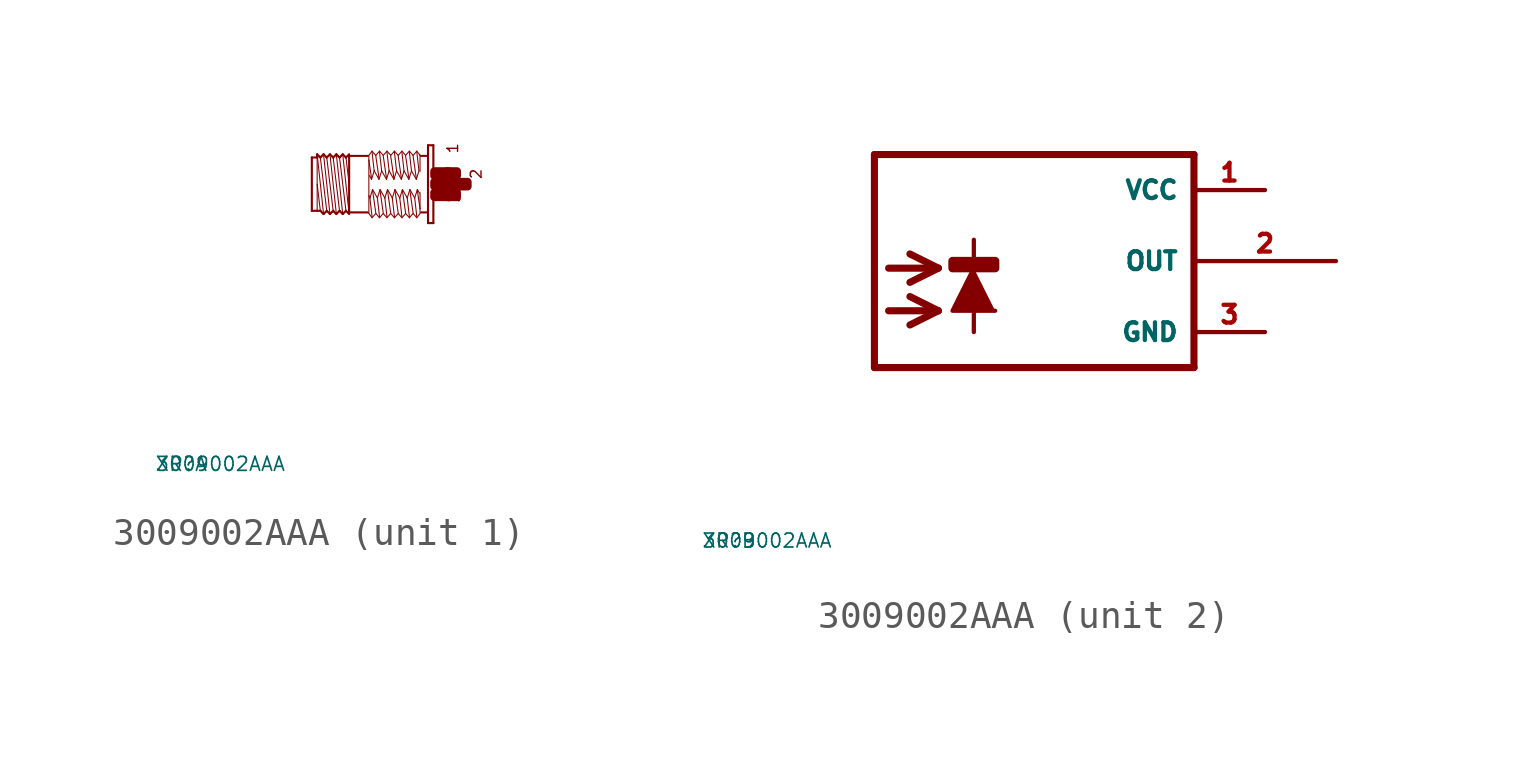
<source format=kicad_sym>
(kicad_symbol_lib
  (version 20220914)
  (generator Eagle2Kicad)
  (symbol "3009002AAA"
    (property "Reference" "XR"
      (at -10 -10 0)
      (effects (font (size 0.5 0.5) (thickness 0.06)) (justify left)))
    (property "Value" "3009002AAA"
      (at -10 -10 0)
      (effects (font (size 0.5 0.5) (thickness 0.06)) (justify left)))
    (symbol "3009002AAA_1_0"
      (polyline (pts (xy -3.048 -1.067) (xy -3.277 1.067)) (stroke (width 0.038) (type default)) (fill (type none)))
      (polyline (pts (xy -3.162 0.953) (xy -3.048 0)) (stroke (width 0.038) (type default)) (fill (type none)))
      (polyline (pts (xy -3.162 -0.953) (xy -3.391 0.953)) (stroke (width 0.038) (type default)) (fill (type none)))
      (polyline (pts (xy -3.277 -1.067) (xy -3.505 1.067)) (stroke (width 0.038) (type default)) (fill (type none)))
      (polyline (pts (xy -3.391 -0.953) (xy -3.619 0.953)) (stroke (width 0.038) (type default)) (fill (type none)))
      (polyline (pts (xy -3.505 -1.067) (xy -3.734 1.067)) (stroke (width 0.038) (type default)) (fill (type none)))
      (polyline (pts (xy -3.619 -0.953) (xy -3.848 0.953)) (stroke (width 0.038) (type default)) (fill (type none)))
      (polyline (pts (xy -3.734 -1.067) (xy -3.962 1.067)) (stroke (width 0.038) (type default)) (fill (type none)))
      (polyline (pts (xy -3.848 -0.953) (xy -4.077 0.953)) (stroke (width 0.038) (type default)) (fill (type none)))
      (polyline (pts (xy -3.962 -1.067) (xy -4.191 1.067)) (stroke (width 0.038) (type default)) (fill (type none)))
      (polyline (pts (xy -4.191 0) (xy -4.077 -0.953)) (stroke (width 0.038) (type default)) (fill (type none)))
      (polyline (pts (xy -4.191 1.029) (xy -4.191 0.953)) (stroke (width 0.038) (type default)) (fill (type none)))
      (polyline (pts (xy -4.191 0.953) (xy -4.191 -0.953)) (stroke (width 0.038) (type default)) (fill (type none)))
      (polyline (pts (xy -4.381 -0.953) (xy -4.381 0.953)) (stroke (width 0.076) (type default)) (fill (type none)))
      (polyline (pts (xy -4.381 0.953) (xy -4.191 0.953)) (stroke (width 0.076) (type default)) (fill (type none)))
      (polyline (pts (xy -4.191 0.953) (xy -4.191 1.067)) (stroke (width 0.076) (type default)) (fill (type none)))
      (polyline (pts (xy -4.191 1.067) (xy -4.077 0.953)) (stroke (width 0.076) (type default)) (fill (type none)))
      (polyline (pts (xy -4.077 0.953) (xy -3.962 1.067)) (stroke (width 0.076) (type default)) (fill (type none)))
      (polyline (pts (xy -3.962 1.067) (xy -3.848 0.953)) (stroke (width 0.076) (type default)) (fill (type none)))
      (polyline (pts (xy -3.848 0.953) (xy -3.734 1.067)) (stroke (width 0.076) (type default)) (fill (type none)))
      (polyline (pts (xy -3.734 1.067) (xy -3.619 0.953)) (stroke (width 0.076) (type default)) (fill (type none)))
      (polyline (pts (xy -3.619 0.953) (xy -3.505 1.067)) (stroke (width 0.076) (type default)) (fill (type none)))
      (polyline (pts (xy -3.277 1.067) (xy -3.162 0.953)) (stroke (width 0.076) (type default)) (fill (type none)))
      (polyline (pts (xy -3.162 0.953) (xy -3.048 1.067)) (stroke (width 0.076) (type default)) (fill (type none)))
      (polyline (pts (xy -3.048 -1.067) (xy -3.162 -0.953)) (stroke (width 0.076) (type default)) (fill (type none)))
      (polyline (pts (xy -3.162 -0.953) (xy -3.277 -1.067)) (stroke (width 0.076) (type default)) (fill (type none)))
      (polyline (pts (xy -3.277 -1.067) (xy -3.391 -0.953)) (stroke (width 0.076) (type default)) (fill (type none)))
      (polyline (pts (xy -3.391 -0.953) (xy -3.505 -1.067)) (stroke (width 0.076) (type default)) (fill (type none)))
      (polyline (pts (xy -3.505 -1.067) (xy -3.619 -0.953)) (stroke (width 0.076) (type default)) (fill (type none)))
      (polyline (pts (xy -3.619 -0.953) (xy -3.734 -1.067)) (stroke (width 0.076) (type default)) (fill (type none)))
      (polyline (pts (xy -3.734 -1.067) (xy -3.848 -0.953)) (stroke (width 0.076) (type default)) (fill (type none)))
      (polyline (pts (xy -3.848 -0.953) (xy -3.962 -1.067)) (stroke (width 0.076) (type default)) (fill (type none)))
      (polyline (pts (xy -3.962 -1.067) (xy -4.077 -0.953)) (stroke (width 0.076) (type default)) (fill (type none)))
      (polyline (pts (xy -4.077 -0.953) (xy -4.191 -0.953)) (stroke (width 0.076) (type default)) (fill (type none)))
      (polyline (pts (xy -4.191 -0.953) (xy -4.381 -0.953)) (stroke (width 0.076) (type default)) (fill (type none)))
      (polyline (pts (xy -3.048 1.029) (xy -3.048 1.01)) (stroke (width 0.076) (type default)) (fill (type none)))
      (polyline (pts (xy -3.048 1.01) (xy -3.048 -1.01)) (stroke (width 0.076) (type default)) (fill (type none)))
      (polyline (pts (xy -3.048 -1.01) (xy -3.048 -1.029)) (stroke (width 0.076) (type default)) (fill (type none)))
      (polyline (pts (xy -0.038 1.391) (xy -0.038 -1.391)) (stroke (width 0.076) (type default)) (fill (type none)))
      (polyline (pts (xy -0.038 -1.391) (xy -0.229 -1.391)) (stroke (width 0.076) (type default)) (fill (type none)))
      (polyline (pts (xy -0.229 -1.391) (xy -0.229 1.391)) (stroke (width 0.076) (type default)) (fill (type none)))
      (polyline (pts (xy -0.229 1.391) (xy -0.038 1.391)) (stroke (width 0.076) (type default)) (fill (type none)))
      (polyline (pts (xy -0.267 1.01) (xy -0.476 1.01)) (stroke (width 0.076) (type default)) (fill (type none)))
      (polyline (pts (xy -0.267 -1.01) (xy -0.476 -1.01)) (stroke (width 0.076) (type default)) (fill (type none)))
      (polyline (pts (xy -2.381 -1.01) (xy -3.048 -1.01)) (stroke (width 0.076) (type default)) (fill (type none)))
      (polyline (pts (xy -3.048 1.01) (xy -2.381 1.01)) (stroke (width 0.076) (type default)) (fill (type none)))
      (polyline (pts (xy -0.514 -1.048) (xy -0.629 -1.2)) (stroke (width 0.038) (type default)) (fill (type none)))
      (polyline (pts (xy -0.629 -1.2) (xy -0.762 -1.048)) (stroke (width 0.038) (type default)) (fill (type none)))
      (polyline (pts (xy -0.762 -1.048) (xy -0.895 -1.2)) (stroke (width 0.038) (type default)) (fill (type none)))
      (polyline (pts (xy -0.895 -1.2) (xy -1.029 -1.048)) (stroke (width 0.038) (type default)) (fill (type none)))
      (polyline (pts (xy -1.029 -1.048) (xy -1.162 -1.2)) (stroke (width 0.038) (type default)) (fill (type none)))
      (polyline (pts (xy -1.162 -1.2) (xy -1.295 -1.048)) (stroke (width 0.038) (type default)) (fill (type none)))
      (polyline (pts (xy -1.295 -1.048) (xy -1.429 -1.2)) (stroke (width 0.038) (type default)) (fill (type none)))
      (polyline (pts (xy -1.429 -1.2) (xy -1.562 -1.048)) (stroke (width 0.038) (type default)) (fill (type none)))
      (polyline (pts (xy -1.562 -1.048) (xy -1.696 -1.2)) (stroke (width 0.038) (type default)) (fill (type none)))
      (polyline (pts (xy -1.696 -1.2) (xy -1.829 -1.048)) (stroke (width 0.038) (type default)) (fill (type none)))
      (polyline (pts (xy -1.829 -1.048) (xy -1.962 -1.2)) (stroke (width 0.038) (type default)) (fill (type none)))
      (polyline (pts (xy -1.962 -1.2) (xy -2.095 -1.048)) (stroke (width 0.038) (type default)) (fill (type none)))
      (polyline (pts (xy -2.095 -1.048) (xy -2.229 -1.2)) (stroke (width 0.038) (type default)) (fill (type none)))
      (polyline (pts (xy -2.229 -1.2) (xy -2.343 -1.048)) (stroke (width 0.038) (type default)) (fill (type none)))
      (polyline (pts (xy -2.343 -1.048) (xy -2.343 -0.419)) (stroke (width 0.038) (type default)) (fill (type none)))
      (polyline (pts (xy -2.343 -0.419) (xy -2.343 0.857)) (stroke (width 0.038) (type default)) (fill (type none)))
      (polyline (pts (xy -2.343 0.857) (xy -2.343 1.029)) (stroke (width 0.038) (type default)) (fill (type none)))
      (polyline (pts (xy -0.514 1.048) (xy -0.514 1.029)) (stroke (width 0.038) (type default)) (fill (type none)))
      (polyline (pts (xy -0.514 1.029) (xy -0.514 0.457)) (stroke (width 0.038) (type default)) (fill (type none)))
      (polyline (pts (xy -0.514 -0.305) (xy -0.514 -0.876)) (stroke (width 0.038) (type default)) (fill (type none)))
      (polyline (pts (xy -0.514 -0.876) (xy -0.514 -1.029)) (stroke (width 0.038) (type default)) (fill (type none)))
      (polyline (pts (xy -0.533 -0.324) (xy -0.61 -0.191)) (stroke (width 0.038) (type default)) (fill (type none)))
      (polyline (pts (xy -0.61 -0.191) (xy -0.705 -0.495)) (stroke (width 0.038) (type default)) (fill (type none)))
      (polyline (pts (xy -0.705 -0.495) (xy -0.876 -0.191)) (stroke (width 0.038) (type default)) (fill (type none)))
      (polyline (pts (xy -0.876 -0.191) (xy -0.972 -0.495)) (stroke (width 0.038) (type default)) (fill (type none)))
      (polyline (pts (xy -0.972 -0.495) (xy -1.143 -0.191)) (stroke (width 0.038) (type default)) (fill (type none)))
      (polyline (pts (xy -1.143 -0.191) (xy -1.238 -0.495)) (stroke (width 0.038) (type default)) (fill (type none)))
      (polyline (pts (xy -1.238 -0.495) (xy -1.41 -0.191)) (stroke (width 0.038) (type default)) (fill (type none)))
      (polyline (pts (xy -1.41 -0.191) (xy -1.505 -0.495)) (stroke (width 0.038) (type default)) (fill (type none)))
      (polyline (pts (xy -1.505 -0.495) (xy -1.676 -0.191)) (stroke (width 0.038) (type default)) (fill (type none)))
      (polyline (pts (xy -1.676 -0.191) (xy -1.772 -0.495)) (stroke (width 0.038) (type default)) (fill (type none)))
      (polyline (pts (xy -1.772 -0.495) (xy -1.943 -0.191)) (stroke (width 0.038) (type default)) (fill (type none)))
      (polyline (pts (xy -1.943 -0.191) (xy -2.038 -0.495)) (stroke (width 0.038) (type default)) (fill (type none)))
      (polyline (pts (xy -2.038 -0.495) (xy -2.21 -0.191)) (stroke (width 0.038) (type default)) (fill (type none)))
      (polyline (pts (xy -2.21 -0.191) (xy -2.305 -0.495)) (stroke (width 0.038) (type default)) (fill (type none)))
      (polyline (pts (xy -2.305 -0.495) (xy -2.343 -0.419)) (stroke (width 0.038) (type default)) (fill (type none)))
      (polyline (pts (xy -2.229 -1.162) (xy -2.305 -0.495)) (stroke (width 0.038) (type default)) (fill (type none)))
      (polyline (pts (xy -2.095 -1.029) (xy -2.21 -0.229)) (stroke (width 0.038) (type default)) (fill (type none)))
      (polyline (pts (xy -1.962 -1.162) (xy -2.038 -0.495)) (stroke (width 0.038) (type default)) (fill (type none)))
      (polyline (pts (xy -1.829 -1.029) (xy -1.943 -0.229)) (stroke (width 0.038) (type default)) (fill (type none)))
      (polyline (pts (xy -1.562 -1.029) (xy -1.676 -0.229)) (stroke (width 0.038) (type default)) (fill (type none)))
      (polyline (pts (xy -1.429 -1.162) (xy -1.505 -0.495)) (stroke (width 0.038) (type default)) (fill (type none)))
      (polyline (pts (xy -1.295 -1.029) (xy -1.41 -0.229)) (stroke (width 0.038) (type default)) (fill (type none)))
      (polyline (pts (xy -1.162 -1.162) (xy -1.238 -0.495)) (stroke (width 0.038) (type default)) (fill (type none)))
      (polyline (pts (xy -1.029 -1.029) (xy -1.143 -0.229)) (stroke (width 0.038) (type default)) (fill (type none)))
      (polyline (pts (xy -0.895 -1.162) (xy -0.972 -0.495)) (stroke (width 0.038) (type default)) (fill (type none)))
      (polyline (pts (xy -0.762 -1.029) (xy -0.876 -0.229)) (stroke (width 0.038) (type default)) (fill (type none)))
      (polyline (pts (xy -0.629 -1.162) (xy -0.705 -0.495)) (stroke (width 0.038) (type default)) (fill (type none)))
      (polyline (pts (xy -0.514 -0.876) (xy -0.61 -0.229)) (stroke (width 0.038) (type default)) (fill (type none)))
      (polyline (pts (xy -2.343 1.029) (xy -2.229 1.181)) (stroke (width 0.038) (type default)) (fill (type none)))
      (polyline (pts (xy -2.229 1.181) (xy -2.095 1.029)) (stroke (width 0.038) (type default)) (fill (type none)))
      (polyline (pts (xy -2.095 1.029) (xy -1.962 1.181)) (stroke (width 0.038) (type default)) (fill (type none)))
      (polyline (pts (xy -1.962 1.181) (xy -1.829 1.029)) (stroke (width 0.038) (type default)) (fill (type none)))
      (polyline (pts (xy -1.829 1.029) (xy -1.696 1.181)) (stroke (width 0.038) (type default)) (fill (type none)))
      (polyline (pts (xy -1.696 1.181) (xy -1.562 1.029)) (stroke (width 0.038) (type default)) (fill (type none)))
      (polyline (pts (xy -1.562 1.029) (xy -1.429 1.181)) (stroke (width 0.038) (type default)) (fill (type none)))
      (polyline (pts (xy -1.429 1.181) (xy -1.295 1.029)) (stroke (width 0.038) (type default)) (fill (type none)))
      (polyline (pts (xy -1.295 1.029) (xy -1.162 1.181)) (stroke (width 0.038) (type default)) (fill (type none)))
      (polyline (pts (xy -1.162 1.181) (xy -1.029 1.029)) (stroke (width 0.038) (type default)) (fill (type none)))
      (polyline (pts (xy -1.029 1.029) (xy -0.895 1.181)) (stroke (width 0.038) (type default)) (fill (type none)))
      (polyline (pts (xy -0.895 1.181) (xy -0.762 1.029)) (stroke (width 0.038) (type default)) (fill (type none)))
      (polyline (pts (xy -0.762 1.029) (xy -0.629 1.181)) (stroke (width 0.038) (type default)) (fill (type none)))
      (polyline (pts (xy -0.629 1.181) (xy -0.514 1.029)) (stroke (width 0.038) (type default)) (fill (type none)))
      (polyline (pts (xy -2.324 0.305) (xy -2.248 0.172)) (stroke (width 0.038) (type default)) (fill (type none)))
      (polyline (pts (xy -2.248 0.172) (xy -2.153 0.476)) (stroke (width 0.038) (type default)) (fill (type none)))
      (polyline (pts (xy -2.153 0.476) (xy -1.981 0.172)) (stroke (width 0.038) (type default)) (fill (type none)))
      (polyline (pts (xy -1.981 0.172) (xy -1.886 0.476)) (stroke (width 0.038) (type default)) (fill (type none)))
      (polyline (pts (xy -1.886 0.476) (xy -1.714 0.172)) (stroke (width 0.038) (type default)) (fill (type none)))
      (polyline (pts (xy -1.714 0.172) (xy -1.619 0.476)) (stroke (width 0.038) (type default)) (fill (type none)))
      (polyline (pts (xy -1.619 0.476) (xy -1.448 0.172)) (stroke (width 0.038) (type default)) (fill (type none)))
      (polyline (pts (xy -1.448 0.172) (xy -1.353 0.476)) (stroke (width 0.038) (type default)) (fill (type none)))
      (polyline (pts (xy -1.353 0.476) (xy -1.181 0.172)) (stroke (width 0.038) (type default)) (fill (type none)))
      (polyline (pts (xy -1.181 0.172) (xy -1.086 0.476)) (stroke (width 0.038) (type default)) (fill (type none)))
      (polyline (pts (xy -1.086 0.476) (xy -0.914 0.172)) (stroke (width 0.038) (type default)) (fill (type none)))
      (polyline (pts (xy -0.914 0.172) (xy -0.819 0.476)) (stroke (width 0.038) (type default)) (fill (type none)))
      (polyline (pts (xy -0.819 0.476) (xy -0.648 0.172)) (stroke (width 0.038) (type default)) (fill (type none)))
      (polyline (pts (xy -0.648 0.172) (xy -0.552 0.476)) (stroke (width 0.038) (type default)) (fill (type none)))
      (polyline (pts (xy -0.629 1.143) (xy -0.552 0.476)) (stroke (width 0.038) (type default)) (fill (type none)))
      (polyline (pts (xy -0.762 1.01) (xy -0.648 0.21)) (stroke (width 0.038) (type default)) (fill (type none)))
      (polyline (pts (xy -0.895 1.143) (xy -0.819 0.476)) (stroke (width 0.038) (type default)) (fill (type none)))
      (polyline (pts (xy -1.029 1.01) (xy -0.914 0.21)) (stroke (width 0.038) (type default)) (fill (type none)))
      (polyline (pts (xy -1.162 1.143) (xy -1.086 0.476)) (stroke (width 0.038) (type default)) (fill (type none)))
      (polyline (pts (xy -1.295 1.01) (xy -1.181 0.21)) (stroke (width 0.038) (type default)) (fill (type none)))
      (polyline (pts (xy -1.429 1.143) (xy -1.353 0.476)) (stroke (width 0.038) (type default)) (fill (type none)))
      (polyline (pts (xy -1.562 1.01) (xy -1.448 0.21)) (stroke (width 0.038) (type default)) (fill (type none)))
      (polyline (pts (xy -1.696 1.143) (xy -1.619 0.476)) (stroke (width 0.038) (type default)) (fill (type none)))
      (polyline (pts (xy -1.829 1.01) (xy -1.714 0.21)) (stroke (width 0.038) (type default)) (fill (type none)))
      (polyline (pts (xy -1.962 1.143) (xy -1.886 0.476)) (stroke (width 0.038) (type default)) (fill (type none)))
      (polyline (pts (xy -2.095 1.01) (xy -1.981 0.21)) (stroke (width 0.038) (type default)) (fill (type none)))
      (polyline (pts (xy -2.229 1.143) (xy -2.153 0.476)) (stroke (width 0.038) (type default)) (fill (type none)))
      (polyline (pts (xy -2.343 0.857) (xy -2.248 0.21)) (stroke (width 0.038) (type default)) (fill (type none)))
      (polyline (pts (xy -1.696 -1.162) (xy -1.772 -0.495)) (stroke (width 0.038) (type default)) (fill (type none)))
      (polyline (pts (xy -3.277 1.067) (xy -3.391 0.953)) (stroke (width 0.076) (type default)) (fill (type none)))
      (polyline (pts (xy -3.391 0.953) (xy -3.505 1.067)) (stroke (width 0.076) (type default)) (fill (type none)))
      (text "1" (at 0.876 1.067 1800) (effects (font (size 0.381 0.381) (thickness 0.05)) (justify left bottom)))
      (text "3" (at 0.953 -0.686 1800) (effects (font (size 0.381 0.381) (thickness 0.05)) (justify left bottom)))
      (text "2" (at 1.714 0.152 1800) (effects (font (size 0.381 0.381) (thickness 0.05)) (justify left bottom)))
      (rectangle (start 0 -0.457) (end 0.495 -0.305) (stroke (width 0.3) (type default)) (fill (type outline)))
      (rectangle (start 0 -0.076) (end 0.876 0.076) (stroke (width 0.3) (type default)) (fill (type outline)))
      (rectangle (start 0.457 -0.457) (end 0.8 -0.305) (stroke (width 0.3) (type default)) (fill (type outline)))
      (rectangle (start 0.838 -0.076) (end 1.181 0.076) (stroke (width 0.3) (type default)) (fill (type outline)))
      (rectangle (start 0.457 0.305) (end 0.8 0.457) (stroke (width 0.3) (type default)) (fill (type outline)))
      (rectangle (start 0 0.305) (end 0.495 0.457) (stroke (width 0.3) (type default)) (fill (type outline))))
    (symbol "3009002AAA_2_0"
      (polyline (pts (xy -0.254 -0.254) (xy -1.016 -1.778) (xy 0.508 -1.778)) (stroke (width 0.152) (type default)) (fill (type outline)))
      (polyline (pts (xy -3.302 -0.254) (xy -1.524 -0.254)) (stroke (width 0.254) (type default)) (fill (type none)))
      (polyline (pts (xy -1.524 -0.254) (xy -2.54 -0.762)) (stroke (width 0.254) (type default)) (fill (type none)))
      (polyline (pts (xy -1.524 -0.254) (xy -2.54 0.254)) (stroke (width 0.254) (type default)) (fill (type none)))
      (polyline (pts (xy -3.302 -1.778) (xy -1.524 -1.778)) (stroke (width 0.254) (type default)) (fill (type none)))
      (polyline (pts (xy -1.524 -1.778) (xy -2.54 -2.286)) (stroke (width 0.254) (type default)) (fill (type none)))
      (polyline (pts (xy -1.524 -1.778) (xy -2.54 -1.27)) (stroke (width 0.254) (type default)) (fill (type none)))
      (polyline (pts (xy -0.254 0.762) (xy -0.254 -2.54)) (stroke (width 0.152) (type default)) (fill (type none)))
      (polyline (pts (xy 7.62 3.81) (xy -3.81 3.81)) (stroke (width 0.254) (type default)) (fill (type none)))
      (polyline (pts (xy -3.81 3.81) (xy -3.81 -3.81)) (stroke (width 0.254) (type default)) (fill (type none)))
      (polyline (pts (xy -3.81 -3.81) (xy 7.62 -3.81)) (stroke (width 0.254) (type default)) (fill (type none)))
      (polyline (pts (xy 7.62 -3.81) (xy 7.62 3.81)) (stroke (width 0.254) (type default)) (fill (type none)))
      (rectangle (start -1.016 -0.254) (end 0.508 0) (stroke (width 0.3) (type default)) (fill (type outline)))
      (pin unspecified line (at 10.16 2.54 180) (length 2.54) (name "VCC" (effects (font (size 0.635 0.635) (thickness 0.08)) (justify left bottom))) (number "1" (effects (font (size 0.635 0.635) (thickness 0.08)) (justify left bottom))))
      (pin unspecified line (at 10.16 -2.54 180) (length 2.54) (name "GND" (effects (font (size 0.635 0.635) (thickness 0.08)) (justify left bottom))) (number "3" (effects (font (size 0.635 0.635) (thickness 0.08)) (justify left bottom))))
      (pin output line (at 12.7 0 180) (length 5.08) (name "OUT" (effects (font (size 0.635 0.635) (thickness 0.08)) (justify left bottom))) (number "2" (effects (font (size 0.635 0.635) (thickness 0.08)) (justify left bottom)))))))
</source>
